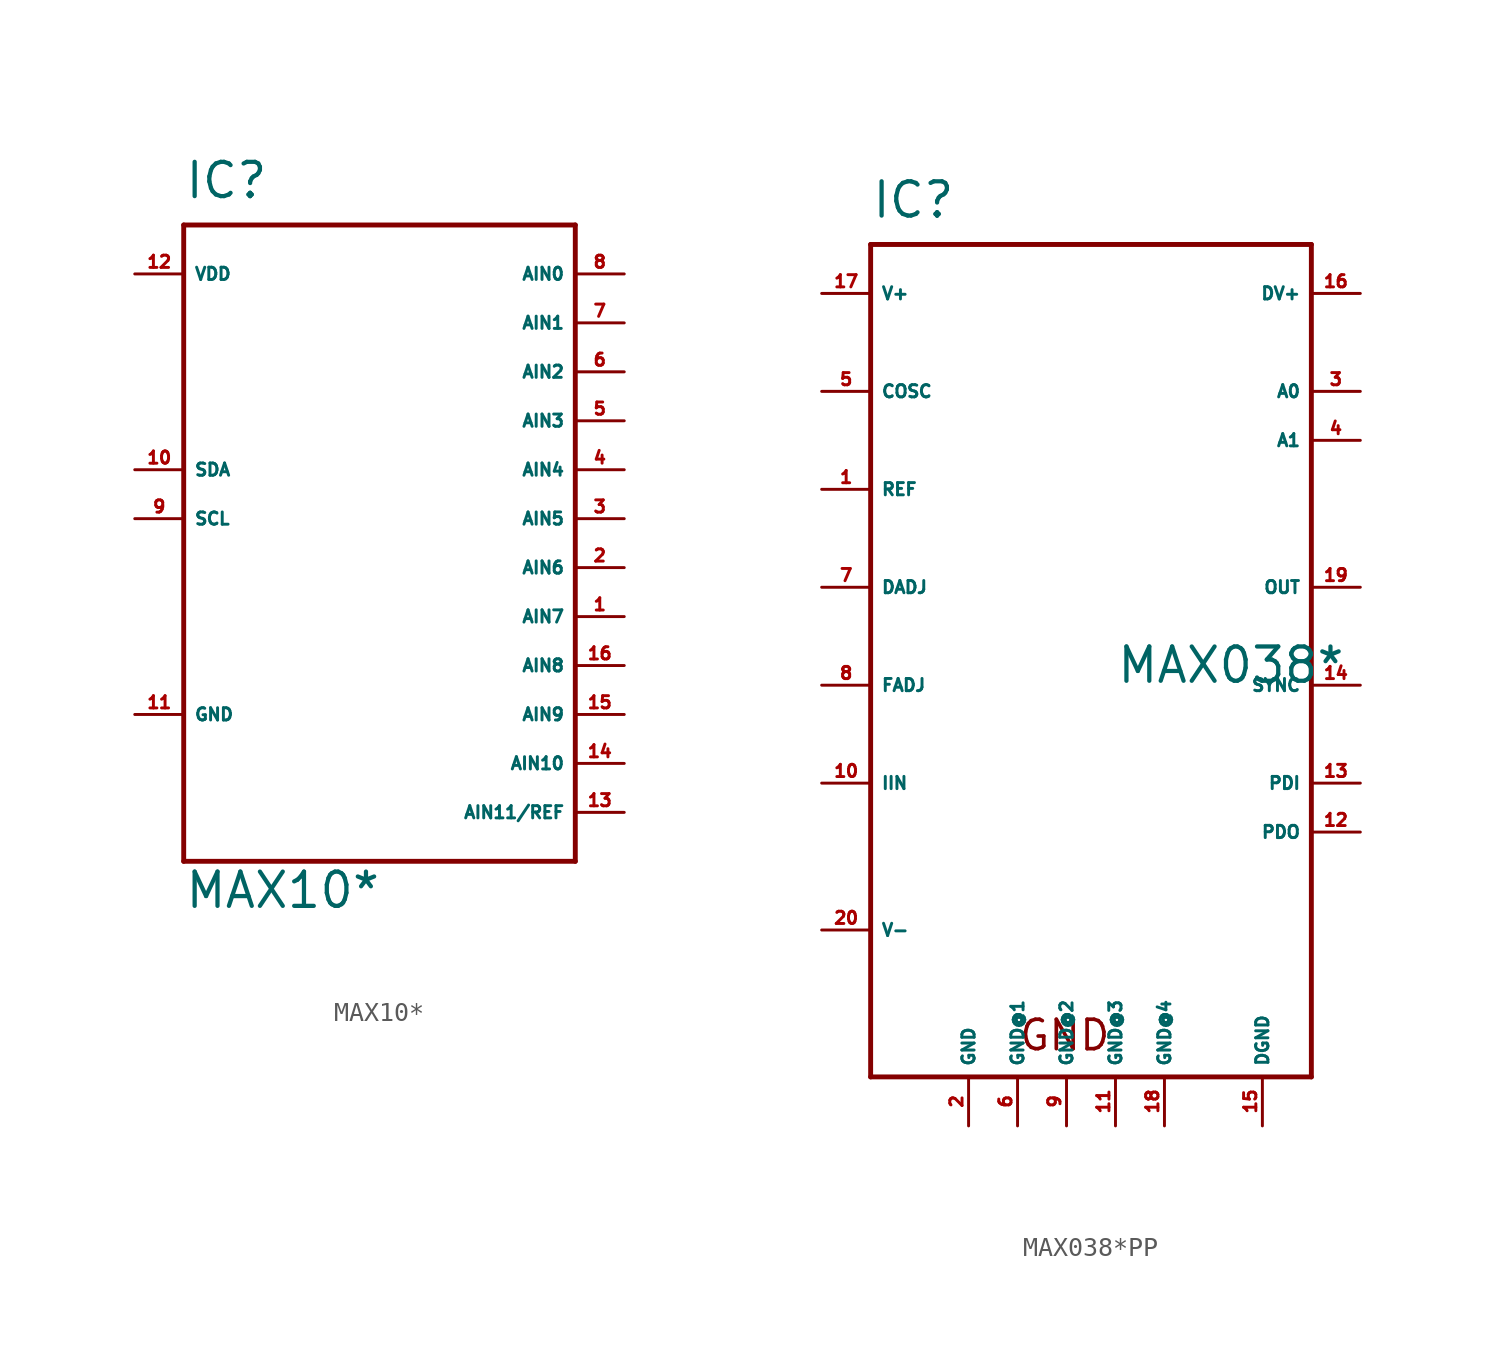
<source format=kicad_sym>
(kicad_symbol_lib
  (version 20220914)
  (generator Eagle2Kicad)
  (symbol "MAX10*"
    (property "Reference" "IC"
      (at -10.16 16.51 0)
      (effects (font (size 1.778 1.778) (thickness 0.22)) (justify left bottom)))
    (property "Value" "MAX10*"
      (at -10.16 -20.32 0)
      (effects (font (size 1.778 1.778) (thickness 0.22)) (justify left bottom)))
    (polyline
      (pts (xy -10.16 15.24) (xy 10.16 15.24))
      (stroke (width 0.254) (type default))
      (fill (type none)))
    (polyline
      (pts (xy 10.16 15.24) (xy 10.16 -17.78))
      (stroke (width 0.254) (type default))
      (fill (type none)))
    (polyline
      (pts (xy 10.16 -17.78) (xy -10.16 -17.78))
      (stroke (width 0.254) (type default))
      (fill (type none)))
    (polyline
      (pts (xy -10.16 -17.78) (xy -10.16 15.24))
      (stroke (width 0.254) (type default))
      (fill (type none)))
    (pin input line
      (at 12.7 12.7 180)
      (length 2.54)
      (name "AIN0" (effects (font (size 0.635 0.635) (thickness 0.08)) (justify left bottom)))
      (number "8" (effects (font (size 0.635 0.635) (thickness 0.08)) (justify left bottom))))
    (pin input line
      (at 12.7 10.16 180)
      (length 2.54)
      (name "AIN1" (effects (font (size 0.635 0.635) (thickness 0.08)) (justify left bottom)))
      (number "7" (effects (font (size 0.635 0.635) (thickness 0.08)) (justify left bottom))))
    (pin input line
      (at 12.7 7.62 180)
      (length 2.54)
      (name "AIN2" (effects (font (size 0.635 0.635) (thickness 0.08)) (justify left bottom)))
      (number "6" (effects (font (size 0.635 0.635) (thickness 0.08)) (justify left bottom))))
    (pin input line
      (at 12.7 5.08 180)
      (length 2.54)
      (name "AIN3" (effects (font (size 0.635 0.635) (thickness 0.08)) (justify left bottom)))
      (number "5" (effects (font (size 0.635 0.635) (thickness 0.08)) (justify left bottom))))
    (pin input line
      (at 12.7 2.54 180)
      (length 2.54)
      (name "AIN4" (effects (font (size 0.635 0.635) (thickness 0.08)) (justify left bottom)))
      (number "4" (effects (font (size 0.635 0.635) (thickness 0.08)) (justify left bottom))))
    (pin input line
      (at 12.7 0 180)
      (length 2.54)
      (name "AIN5" (effects (font (size 0.635 0.635) (thickness 0.08)) (justify left bottom)))
      (number "3" (effects (font (size 0.635 0.635) (thickness 0.08)) (justify left bottom))))
    (pin input line
      (at 12.7 -2.54 180)
      (length 2.54)
      (name "AIN6" (effects (font (size 0.635 0.635) (thickness 0.08)) (justify left bottom)))
      (number "2" (effects (font (size 0.635 0.635) (thickness 0.08)) (justify left bottom))))
    (pin input line
      (at 12.7 -5.08 180)
      (length 2.54)
      (name "AIN7" (effects (font (size 0.635 0.635) (thickness 0.08)) (justify left bottom)))
      (number "1" (effects (font (size 0.635 0.635) (thickness 0.08)) (justify left bottom))))
    (pin input line
      (at 12.7 -7.62 180)
      (length 2.54)
      (name "AIN8" (effects (font (size 0.635 0.635) (thickness 0.08)) (justify left bottom)))
      (number "16" (effects (font (size 0.635 0.635) (thickness 0.08)) (justify left bottom))))
    (pin input line
      (at 12.7 -10.16 180)
      (length 2.54)
      (name "AIN9" (effects (font (size 0.635 0.635) (thickness 0.08)) (justify left bottom)))
      (number "15" (effects (font (size 0.635 0.635) (thickness 0.08)) (justify left bottom))))
    (pin input line
      (at 12.7 -12.7 180)
      (length 2.54)
      (name "AIN10" (effects (font (size 0.635 0.635) (thickness 0.08)) (justify left bottom)))
      (number "14" (effects (font (size 0.635 0.635) (thickness 0.08)) (justify left bottom))))
    (pin input line
      (at 12.7 -15.24 180)
      (length 2.54)
      (name "AIN11/REF" (effects (font (size 0.635 0.635) (thickness 0.08)) (justify left bottom)))
      (number "13" (effects (font (size 0.635 0.635) (thickness 0.08)) (justify left bottom))))
    (pin input line
      (at -12.7 2.54 0)
      (length 2.54)
      (name "SDA" (effects (font (size 0.635 0.635) (thickness 0.08)) (justify left bottom)))
      (number "10" (effects (font (size 0.635 0.635) (thickness 0.08)) (justify left bottom))))
    (pin input line
      (at -12.7 0 0)
      (length 2.54)
      (name "SCL" (effects (font (size 0.635 0.635) (thickness 0.08)) (justify left bottom)))
      (number "9" (effects (font (size 0.635 0.635) (thickness 0.08)) (justify left bottom))))
    (pin unspecified line
      (at -12.7 12.7 0)
      (length 2.54)
      (name "VDD" (effects (font (size 0.635 0.635) (thickness 0.08)) (justify left bottom)))
      (number "12" (effects (font (size 0.635 0.635) (thickness 0.08)) (justify left bottom))))
    (pin unspecified line
      (at -12.7 -10.16 0)
      (length 2.54)
      (name "GND" (effects (font (size 0.635 0.635) (thickness 0.08)) (justify left bottom)))
      (number "11" (effects (font (size 0.635 0.635) (thickness 0.08)) (justify left bottom)))))
  (symbol "MAX038*PP"
    (property "Reference" "IC"
      (at -12.7 19.05 0)
      (effects (font (size 1.778 1.778) (thickness 0.22)) (justify left bottom)))
    (property "Value" "MAX038*"
      (at 0 -5.08 0)
      (effects (font (size 1.778 1.778) (thickness 0.22)) (justify left bottom)))
    (polyline
      (pts (xy -12.7 17.78) (xy 10.16 17.78))
      (stroke (width 0.254) (type default))
      (fill (type none)))
    (polyline
      (pts (xy 10.16 17.78) (xy 10.16 -25.4))
      (stroke (width 0.254) (type default))
      (fill (type none)))
    (polyline
      (pts (xy 10.16 -25.4) (xy -12.7 -25.4))
      (stroke (width 0.254) (type default))
      (fill (type none)))
    (polyline
      (pts (xy -12.7 -25.4) (xy -12.7 17.78))
      (stroke (width 0.254) (type default))
      (fill (type none)))
    (text "GND"
      (at -5.08 -24.13 0)
      (effects (font (size 1.524 1.524) (thickness 0.19)) (justify left bottom)))
    (pin output line
      (at -15.24 5.08 0)
      (length 2.54)
      (name "REF" (effects (font (size 0.635 0.635) (thickness 0.08)) (justify left bottom)))
      (number "1" (effects (font (size 0.635 0.635) (thickness 0.08)) (justify left bottom))))
    (pin input line
      (at -15.24 0 0)
      (length 2.54)
      (name "DADJ" (effects (font (size 0.635 0.635) (thickness 0.08)) (justify left bottom)))
      (number "7" (effects (font (size 0.635 0.635) (thickness 0.08)) (justify left bottom))))
    (pin passive line
      (at -15.24 -10.16 0)
      (length 2.54)
      (name "IIN" (effects (font (size 0.635 0.635) (thickness 0.08)) (justify left bottom)))
      (number "10" (effects (font (size 0.635 0.635) (thickness 0.08)) (justify left bottom))))
    (pin input line
      (at -15.24 -5.08 0)
      (length 2.54)
      (name "FADJ" (effects (font (size 0.635 0.635) (thickness 0.08)) (justify left bottom)))
      (number "8" (effects (font (size 0.635 0.635) (thickness 0.08)) (justify left bottom))))
    (pin passive line
      (at -15.24 10.16 0)
      (length 2.54)
      (name "COSC" (effects (font (size 0.635 0.635) (thickness 0.08)) (justify left bottom)))
      (number "5" (effects (font (size 0.635 0.635) (thickness 0.08)) (justify left bottom))))
    (pin unspecified line
      (at -15.24 -17.78 0)
      (length 2.54)
      (name "V-" (effects (font (size 0.635 0.635) (thickness 0.08)) (justify left bottom)))
      (number "20" (effects (font (size 0.635 0.635) (thickness 0.08)) (justify left bottom))))
    (pin unspecified line
      (at -15.24 15.24 0)
      (length 2.54)
      (name "V+" (effects (font (size 0.635 0.635) (thickness 0.08)) (justify left bottom)))
      (number "17" (effects (font (size 0.635 0.635) (thickness 0.08)) (justify left bottom))))
    (pin input line
      (at 12.7 10.16 180)
      (length 2.54)
      (name "A0" (effects (font (size 0.635 0.635) (thickness 0.08)) (justify left bottom)))
      (number "3" (effects (font (size 0.635 0.635) (thickness 0.08)) (justify left bottom))))
    (pin input line
      (at 12.7 7.62 180)
      (length 2.54)
      (name "A1" (effects (font (size 0.635 0.635) (thickness 0.08)) (justify left bottom)))
      (number "4" (effects (font (size 0.635 0.635) (thickness 0.08)) (justify left bottom))))
    (pin output line
      (at 12.7 0 180)
      (length 2.54)
      (name "OUT" (effects (font (size 0.635 0.635) (thickness 0.08)) (justify left bottom)))
      (number "19" (effects (font (size 0.635 0.635) (thickness 0.08)) (justify left bottom))))
    (pin unspecified line
      (at 12.7 15.24 180)
      (length 2.54)
      (name "DV+" (effects (font (size 0.635 0.635) (thickness 0.08)) (justify left bottom)))
      (number "16" (effects (font (size 0.635 0.635) (thickness 0.08)) (justify left bottom))))
    (pin unspecified line
      (at 7.62 -27.94 90)
      (length 2.54)
      (name "DGND" (effects (font (size 0.635 0.635) (thickness 0.08)) (justify left bottom)))
      (number "15" (effects (font (size 0.635 0.635) (thickness 0.08)) (justify left bottom))))
    (pin output line
      (at 12.7 -5.08 180)
      (length 2.54)
      (name "SYNC" (effects (font (size 0.635 0.635) (thickness 0.08)) (justify left bottom)))
      (number "14" (effects (font (size 0.635 0.635) (thickness 0.08)) (justify left bottom))))
    (pin input line
      (at 12.7 -10.16 180)
      (length 2.54)
      (name "PDI" (effects (font (size 0.635 0.635) (thickness 0.08)) (justify left bottom)))
      (number "13" (effects (font (size 0.635 0.635) (thickness 0.08)) (justify left bottom))))
    (pin output line
      (at 12.7 -12.7 180)
      (length 2.54)
      (name "PDO" (effects (font (size 0.635 0.635) (thickness 0.08)) (justify left bottom)))
      (number "12" (effects (font (size 0.635 0.635) (thickness 0.08)) (justify left bottom))))
    (pin unspecified line
      (at -7.62 -27.94 90)
      (length 2.54)
      (name "GND" (effects (font (size 0.635 0.635) (thickness 0.08)) (justify left bottom)))
      (number "2" (effects (font (size 0.635 0.635) (thickness 0.08)) (justify left bottom))))
    (pin unspecified line
      (at -5.08 -27.94 90)
      (length 2.54)
      (name "GND@1" (effects (font (size 0.635 0.635) (thickness 0.08)) (justify left bottom)))
      (number "6" (effects (font (size 0.635 0.635) (thickness 0.08)) (justify left bottom))))
    (pin unspecified line
      (at -2.54 -27.94 90)
      (length 2.54)
      (name "GND@2" (effects (font (size 0.635 0.635) (thickness 0.08)) (justify left bottom)))
      (number "9" (effects (font (size 0.635 0.635) (thickness 0.08)) (justify left bottom))))
    (pin unspecified line
      (at 0 -27.94 90)
      (length 2.54)
      (name "GND@3" (effects (font (size 0.635 0.635) (thickness 0.08)) (justify left bottom)))
      (number "11" (effects (font (size 0.635 0.635) (thickness 0.08)) (justify left bottom))))
    (pin unspecified line
      (at 2.54 -27.94 90)
      (length 2.54)
      (name "GND@4" (effects (font (size 0.635 0.635) (thickness 0.08)) (justify left bottom)))
      (number "18" (effects (font (size 0.635 0.635) (thickness 0.08)) (justify left bottom))))))
</source>
